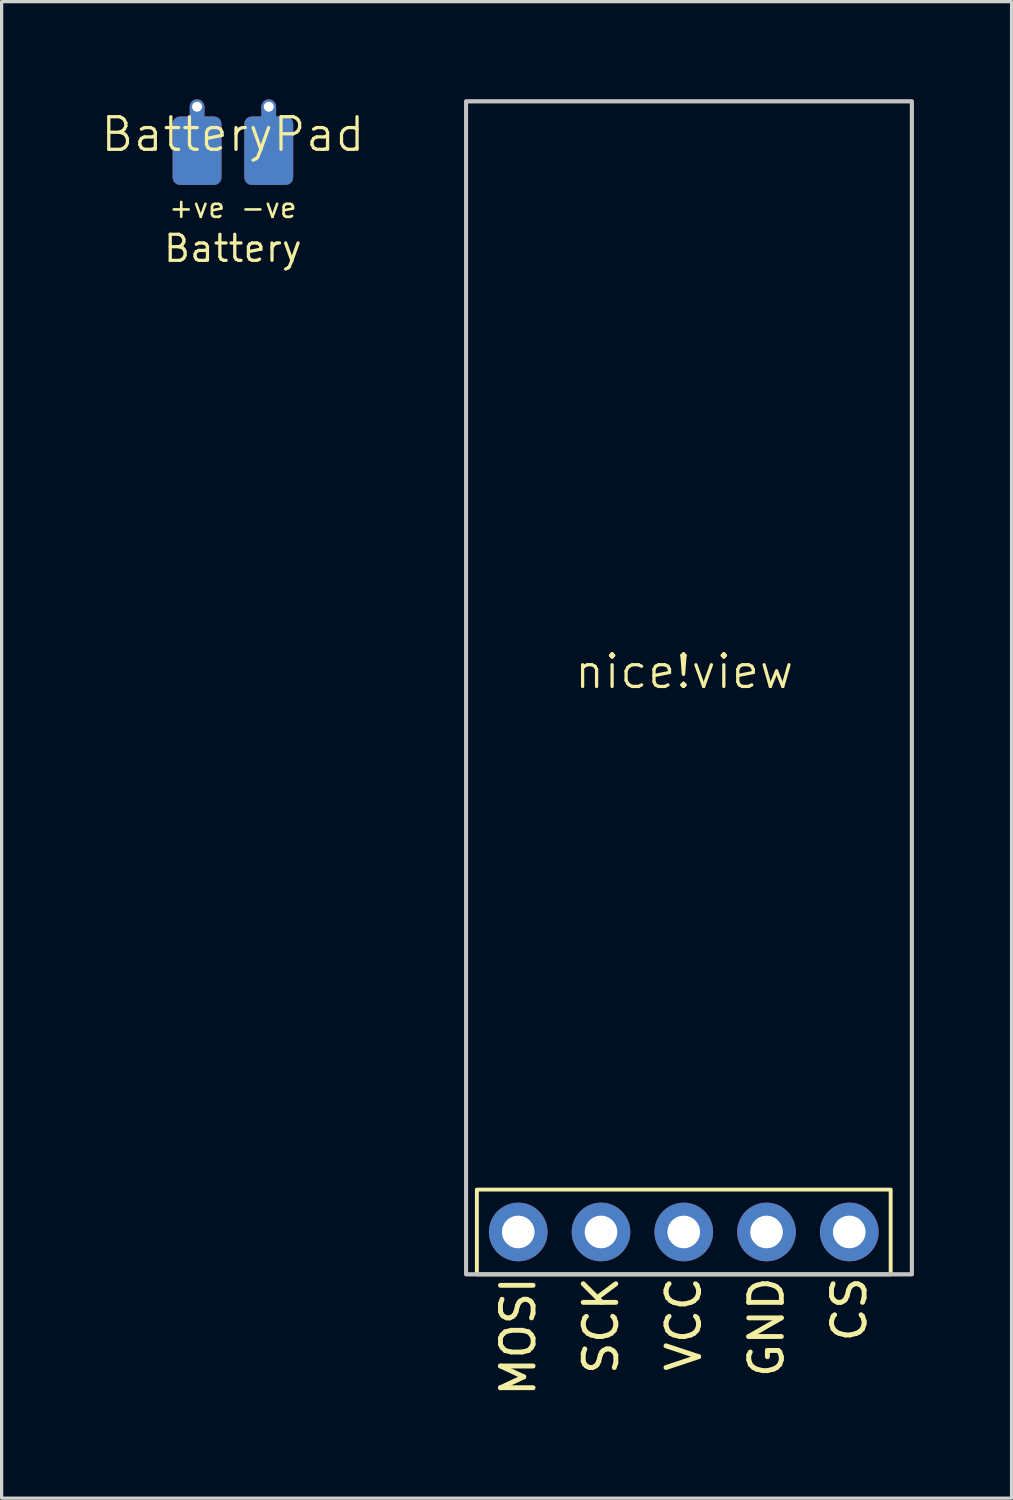
<source format=kicad_pcb>
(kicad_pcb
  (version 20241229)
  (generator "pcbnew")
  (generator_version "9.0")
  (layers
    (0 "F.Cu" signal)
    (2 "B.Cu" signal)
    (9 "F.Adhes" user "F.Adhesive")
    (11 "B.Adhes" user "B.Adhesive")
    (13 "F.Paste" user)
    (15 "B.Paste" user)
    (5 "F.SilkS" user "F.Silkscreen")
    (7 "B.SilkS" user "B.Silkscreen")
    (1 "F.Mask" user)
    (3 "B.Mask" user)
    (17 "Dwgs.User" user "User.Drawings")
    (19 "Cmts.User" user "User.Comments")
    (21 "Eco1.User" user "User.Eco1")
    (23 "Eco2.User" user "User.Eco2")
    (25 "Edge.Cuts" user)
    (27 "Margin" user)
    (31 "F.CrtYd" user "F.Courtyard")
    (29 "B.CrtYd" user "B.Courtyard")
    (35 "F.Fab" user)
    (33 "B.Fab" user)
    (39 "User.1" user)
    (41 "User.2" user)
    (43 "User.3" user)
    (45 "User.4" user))
  (footprint "nice!view"
    (layer "F.Cu")
    (at 17.95 18.06)
    (property "Reference" "nice!view" (at 0 -0.5 0) (unlocked yes) (layer "F.SilkS") (effects (font (size 1 1) (thickness 0.1))))
    (attr smd)
    (fp_rect (start -6.365 15.4) (end 6.335 18) (stroke (width 0.12) (type solid)) (fill no) (layer "F.SilkS"))
    (fp_rect (start 6.985 18) (end -6.695 -18) (stroke (width 0.12) (type solid)) (fill no) (layer "Dwgs.User"))
    (fp_rect (start 6.985 18) (end -6.695 -18) (stroke (width 0.12) (type solid)) (fill no) (layer "F.Fab"))
    (fp_text user "CS" (at 5.065 18 90) (unlocked yes) (layer "F.SilkS") (effects (font (size 1 1) (thickness 0.15)) (justify right)))
    (fp_text user "MOSI" (at -5.095 18 90) (unlocked yes) (layer "F.SilkS") (effects (font (size 1 1) (thickness 0.15)) (justify right)))
    (fp_text user "SCK" (at -2.555 18 90) (unlocked yes) (layer "F.SilkS") (effects (font (size 1 1) (thickness 0.15)) (justify right)))
    (fp_text user "VCC" (at -0.015 18 90) (unlocked yes) (layer "F.SilkS") (effects (font (size 1 1) (thickness 0.15)) (justify right)))
    (fp_text user "GND" (at 2.525 18 90) (unlocked yes) (layer "F.SilkS") (effects (font (size 1 1) (thickness 0.15)) (justify right)))
    (pad "1" thru_hole circle (at -5.095 16.7) (size 1.8 1.8) (drill 1) (layers "*.Cu" "B.Mask"))
    (pad "2" thru_hole circle (at -2.555 16.7) (size 1.8 1.8) (drill 1) (layers "*.Cu" "B.Mask"))
    (pad "3" thru_hole circle (at -0.015 16.7) (size 1.8 1.8) (drill 1) (layers "*.Cu" "B.Mask"))
    (pad "4" thru_hole circle (at 2.525 16.7) (size 1.8 1.8) (drill 1) (layers "*.Cu" "B.Mask"))
    (pad "5" thru_hole circle (at 5.065 16.7) (size 1.8 1.8) (drill 1) (layers "*.Cu" "B.Mask")))
  (footprint "BatteryPad"
    (layer "F.Cu")
    (at 4.098 1.575)
    (property "Reference" "BatteryPad" (at 0 -0.5 0) (unlocked yes) (layer "F.SilkS") (effects (font (size 1 1) (thickness 0.1))))
    (attr smd)
    (fp_text user "Battery" (at 0 3 180) (layer "F.SilkS") (effects (font (size 0.8 0.8) (thickness 0.1))))
    (fp_text user "+ve" (at -1.1 1.757 180) (layer "F.SilkS") (effects (font (size 0.6 0.6) (thickness 0.08))))
    (fp_text user "-ve" (at 1.1 1.757 180) (layer "F.SilkS") (effects (font (size 0.6 0.6) (thickness 0.08))))
    (pad "1" thru_hole circle (at -1.1 -1.35 90) (size 0.45 0.45) (drill 0.305) (layers "*.Cu" "*.Mask"))
    (pad "1" smd custom (at -1.1 0 180) (size 1.5 1.5) (layers "F.Cu" "F.Mask") (options (anchor circle)) (primitives (gr_poly (pts (xy -0.75 -0.825) (xy -0.733 -0.911) (xy -0.684 -0.984) (xy -0.611 -1.033) (xy -0.525 -1.05) (xy 0.525 -1.05) (xy 0.611 -1.033) (xy 0.684 -0.984) (xy 0.733 -0.911) (xy 0.75 -0.825) (xy 0.75 0.825) (xy 0.733 0.911) (xy 0.684 0.984) (xy 0.611 1.033) (xy 0.525 1.05) (xy -0.525 1.05) (xy -0.611 1.033) (xy -0.684 0.984) (xy -0.733 0.911) (xy -0.75 0.825)) (width 0) (fill yes)) (gr_rect (start -0.225 0.812) (end 0.225 1.35) (width 0) (fill yes))))
    (pad "1" smd custom (at -1.1 0 180) (size 1.5 1.5) (layers "B.Cu" "B.Mask") (options (anchor circle)) (primitives (gr_poly (pts (xy 0.75 -0.825) (xy 0.733 -0.911) (xy 0.684 -0.984) (xy 0.611 -1.033) (xy 0.525 -1.05) (xy -0.525 -1.05) (xy -0.611 -1.033) (xy -0.684 -0.984) (xy -0.733 -0.911) (xy -0.75 -0.825) (xy -0.75 0.825) (xy -0.733 0.911) (xy -0.684 0.984) (xy -0.611 1.033) (xy -0.525 1.05) (xy 0.525 1.05) (xy 0.611 1.033) (xy 0.684 0.984) (xy 0.733 0.911) (xy 0.75 0.825)) (width 0) (fill yes)) (gr_rect (start -0.225 0.812) (end 0.225 1.35) (width 0) (fill yes))))
    (pad "2" thru_hole circle (at 1.1 -1.35 90) (size 0.45 0.45) (drill 0.305) (layers "*.Cu" "*.Mask"))
    (pad "2" smd custom (at 1.1 0 180) (size 1.5 1.5) (layers "F.Cu" "F.Mask") (options (anchor circle)) (primitives (gr_poly (pts (xy -0.75 -0.825) (xy -0.733 -0.911) (xy -0.684 -0.984) (xy -0.611 -1.033) (xy -0.525 -1.05) (xy 0.525 -1.05) (xy 0.611 -1.033) (xy 0.684 -0.984) (xy 0.733 -0.911) (xy 0.75 -0.825) (xy 0.75 0.825) (xy 0.733 0.911) (xy 0.684 0.984) (xy 0.611 1.033) (xy 0.525 1.05) (xy -0.525 1.05) (xy -0.611 1.033) (xy -0.684 0.984) (xy -0.733 0.911) (xy -0.75 0.825)) (width 0) (fill yes)) (gr_rect (start -0.225 0.812) (end 0.225 1.35) (width 0) (fill yes))))
    (pad "2" smd custom (at 1.1 0 180) (size 1.5 1.5) (layers "B.Cu" "B.Mask") (options (anchor circle)) (primitives (gr_poly (pts (xy 0.75 -0.825) (xy 0.733 -0.911) (xy 0.684 -0.984) (xy 0.611 -1.033) (xy 0.525 -1.05) (xy -0.525 -1.05) (xy -0.611 -1.033) (xy -0.684 -0.984) (xy -0.733 -0.911) (xy -0.75 -0.825) (xy -0.75 0.825) (xy -0.733 0.911) (xy -0.684 0.984) (xy -0.611 1.033) (xy -0.525 1.05) (xy 0.525 1.05) (xy 0.611 1.033) (xy 0.684 0.984) (xy 0.733 0.911) (xy 0.75 0.825)) (width 0) (fill yes)) (gr_rect (start -0.225 0.812) (end 0.225 1.35) (width 0) (fill yes)))))
  (gr_rect
    (start -3 -3)
    (end 27.995 42.929)
    (stroke (width 0.1) (type default))
    (fill no)
    (layer "Edge.Cuts")))
</source>
